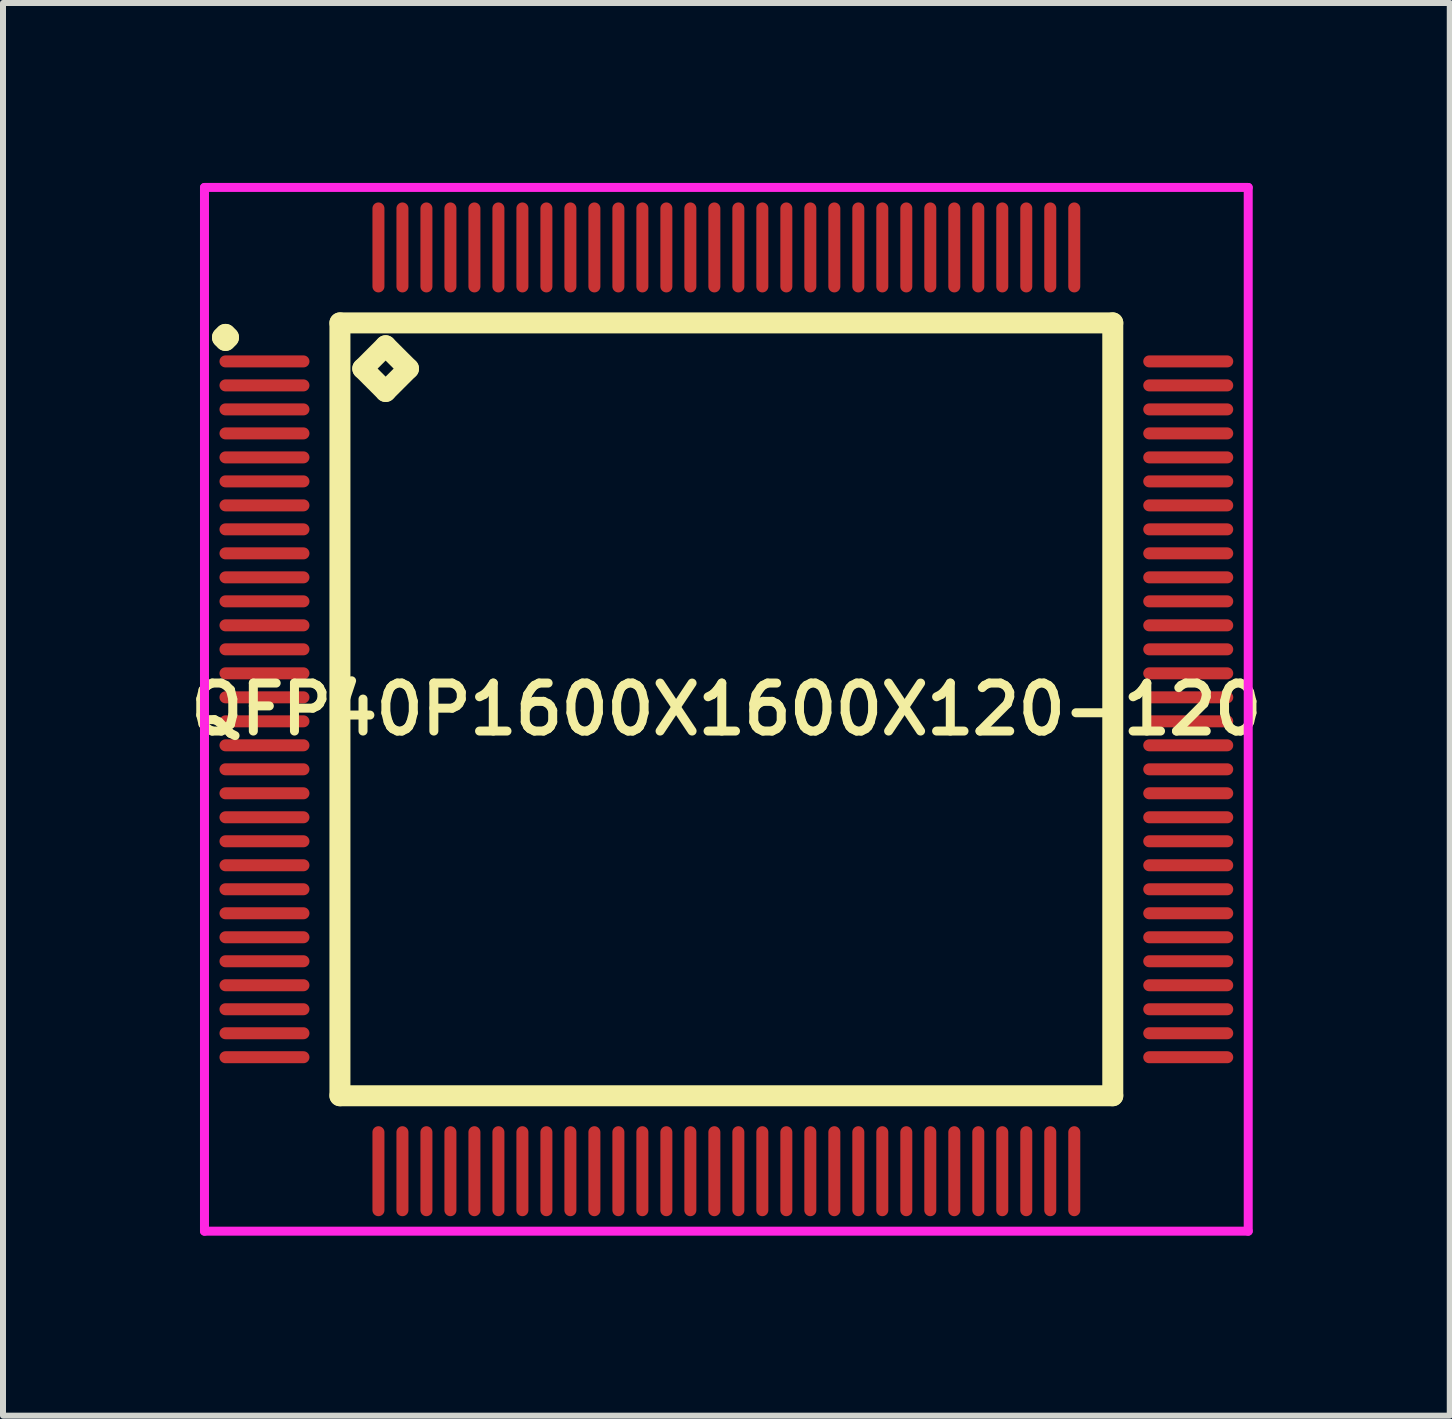
<source format=kicad_pcb>
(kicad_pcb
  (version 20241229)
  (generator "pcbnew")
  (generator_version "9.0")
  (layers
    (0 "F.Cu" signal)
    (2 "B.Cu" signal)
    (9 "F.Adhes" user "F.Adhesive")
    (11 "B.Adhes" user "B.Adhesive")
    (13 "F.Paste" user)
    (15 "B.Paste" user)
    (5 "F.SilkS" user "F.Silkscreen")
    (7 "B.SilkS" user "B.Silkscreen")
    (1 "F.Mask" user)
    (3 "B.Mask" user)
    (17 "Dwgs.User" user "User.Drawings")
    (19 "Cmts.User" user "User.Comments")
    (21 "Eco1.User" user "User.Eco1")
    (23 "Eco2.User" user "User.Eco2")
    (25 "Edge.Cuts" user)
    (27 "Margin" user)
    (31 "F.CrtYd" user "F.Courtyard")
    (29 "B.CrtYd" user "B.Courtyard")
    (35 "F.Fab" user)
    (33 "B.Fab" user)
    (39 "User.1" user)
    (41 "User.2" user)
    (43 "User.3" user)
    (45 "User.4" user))
  (footprint "QFP40P1600X1600X120-120"
    (layer "F.Cu")
    (at 9.059 8.775)
    (property "Reference" "QFP40P1600X1600X120-120" (at 0 0 0) (layer "F.SilkS") (effects (font (size 0.8 0.8) (thickness 0.15))))
    (attr smd)
    (fp_line (start -8.4 -6.2) (end -8.35 -6.25) (stroke (width 0.35) (type solid)) (layer "F.SilkS"))
    (fp_line (start -8.35 -6.25) (end -8.3 -6.2) (stroke (width 0.35) (type solid)) (layer "F.SilkS"))
    (fp_line (start -8.35 -6.15) (end -8.4 -6.2) (stroke (width 0.35) (type solid)) (layer "F.SilkS"))
    (fp_line (start -8.3 -6.2) (end -8.35 -6.15) (stroke (width 0.35) (type solid)) (layer "F.SilkS"))
    (fp_line (start -6.442 -6.442) (end -6.442 6.442) (stroke (width 0.35) (type solid)) (layer "F.SilkS"))
    (fp_line (start -6.442 6.442) (end 6.442 6.442) (stroke (width 0.35) (type solid)) (layer "F.SilkS"))
    (fp_line (start -6.061 -5.68) (end -5.68 -6.061) (stroke (width 0.35) (type solid)) (layer "F.SilkS"))
    (fp_line (start -5.68 -6.061) (end -5.299 -5.68) (stroke (width 0.35) (type solid)) (layer "F.SilkS"))
    (fp_line (start -5.68 -5.299) (end -6.061 -5.68) (stroke (width 0.35) (type solid)) (layer "F.SilkS"))
    (fp_line (start -5.299 -5.68) (end -5.68 -5.299) (stroke (width 0.35) (type solid)) (layer "F.SilkS"))
    (fp_line (start 6.442 -6.442) (end -6.442 -6.442) (stroke (width 0.35) (type solid)) (layer "F.SilkS"))
    (fp_line (start 6.442 6.442) (end 6.442 -6.442) (stroke (width 0.35) (type solid)) (layer "F.SilkS"))
    (fp_line (start -8.7 -8.7) (end 8.7 -8.7) (stroke (width 0.15) (type solid)) (layer "F.CrtYd"))
    (fp_line (start -8.7 8.7) (end -8.7 -8.7) (stroke (width 0.15) (type solid)) (layer "F.CrtYd"))
    (fp_line (start 8.7 -8.7) (end 8.7 8.7) (stroke (width 0.15) (type solid)) (layer "F.CrtYd"))
    (fp_line (start 8.7 8.7) (end -8.7 8.7) (stroke (width 0.15) (type solid)) (layer "F.CrtYd"))
    (pad "1" smd oval (at -7.7 -5.8) (size 1.5 0.2) (layers "F.Cu" "F.Mask" "F.Paste"))
    (pad "2" smd oval (at -7.7 -5.4) (size 1.5 0.2) (layers "F.Cu" "F.Mask" "F.Paste"))
    (pad "3" smd oval (at -7.7 -5) (size 1.5 0.2) (layers "F.Cu" "F.Mask" "F.Paste"))
    (pad "4" smd oval (at -7.7 -4.6) (size 1.5 0.2) (layers "F.Cu" "F.Mask" "F.Paste"))
    (pad "5" smd oval (at -7.7 -4.2) (size 1.5 0.2) (layers "F.Cu" "F.Mask" "F.Paste"))
    (pad "6" smd oval (at -7.7 -3.8) (size 1.5 0.2) (layers "F.Cu" "F.Mask" "F.Paste"))
    (pad "7" smd oval (at -7.7 -3.4) (size 1.5 0.2) (layers "F.Cu" "F.Mask" "F.Paste"))
    (pad "8" smd oval (at -7.7 -3) (size 1.5 0.2) (layers "F.Cu" "F.Mask" "F.Paste"))
    (pad "9" smd oval (at -7.7 -2.6) (size 1.5 0.2) (layers "F.Cu" "F.Mask" "F.Paste"))
    (pad "10" smd oval (at -7.7 -2.2) (size 1.5 0.2) (layers "F.Cu" "F.Mask" "F.Paste"))
    (pad "11" smd oval (at -7.7 -1.8) (size 1.5 0.2) (layers "F.Cu" "F.Mask" "F.Paste"))
    (pad "12" smd oval (at -7.7 -1.4) (size 1.5 0.2) (layers "F.Cu" "F.Mask" "F.Paste"))
    (pad "13" smd oval (at -7.7 -1) (size 1.5 0.2) (layers "F.Cu" "F.Mask" "F.Paste"))
    (pad "14" smd oval (at -7.7 -0.6) (size 1.5 0.2) (layers "F.Cu" "F.Mask" "F.Paste"))
    (pad "15" smd oval (at -7.7 -0.2) (size 1.5 0.2) (layers "F.Cu" "F.Mask" "F.Paste"))
    (pad "16" smd oval (at -7.7 0.2) (size 1.5 0.2) (layers "F.Cu" "F.Mask" "F.Paste"))
    (pad "17" smd oval (at -7.7 0.6) (size 1.5 0.2) (layers "F.Cu" "F.Mask" "F.Paste"))
    (pad "18" smd oval (at -7.7 1) (size 1.5 0.2) (layers "F.Cu" "F.Mask" "F.Paste"))
    (pad "19" smd oval (at -7.7 1.4) (size 1.5 0.2) (layers "F.Cu" "F.Mask" "F.Paste"))
    (pad "20" smd oval (at -7.7 1.8) (size 1.5 0.2) (layers "F.Cu" "F.Mask" "F.Paste"))
    (pad "21" smd oval (at -7.7 2.2) (size 1.5 0.2) (layers "F.Cu" "F.Mask" "F.Paste"))
    (pad "22" smd oval (at -7.7 2.6) (size 1.5 0.2) (layers "F.Cu" "F.Mask" "F.Paste"))
    (pad "23" smd oval (at -7.7 3) (size 1.5 0.2) (layers "F.Cu" "F.Mask" "F.Paste"))
    (pad "24" smd oval (at -7.7 3.4) (size 1.5 0.2) (layers "F.Cu" "F.Mask" "F.Paste"))
    (pad "25" smd oval (at -7.7 3.8) (size 1.5 0.2) (layers "F.Cu" "F.Mask" "F.Paste"))
    (pad "26" smd oval (at -7.7 4.2) (size 1.5 0.2) (layers "F.Cu" "F.Mask" "F.Paste"))
    (pad "27" smd oval (at -7.7 4.6) (size 1.5 0.2) (layers "F.Cu" "F.Mask" "F.Paste"))
    (pad "28" smd oval (at -7.7 5) (size 1.5 0.2) (layers "F.Cu" "F.Mask" "F.Paste"))
    (pad "29" smd oval (at -7.7 5.4) (size 1.5 0.2) (layers "F.Cu" "F.Mask" "F.Paste"))
    (pad "30" smd oval (at -7.7 5.8) (size 1.5 0.2) (layers "F.Cu" "F.Mask" "F.Paste"))
    (pad "31" smd oval (at -5.8 7.7) (size 0.2 1.5) (layers "F.Cu" "F.Mask" "F.Paste"))
    (pad "32" smd oval (at -5.4 7.7) (size 0.2 1.5) (layers "F.Cu" "F.Mask" "F.Paste"))
    (pad "33" smd oval (at -5 7.7) (size 0.2 1.5) (layers "F.Cu" "F.Mask" "F.Paste"))
    (pad "34" smd oval (at -4.6 7.7) (size 0.2 1.5) (layers "F.Cu" "F.Mask" "F.Paste"))
    (pad "35" smd oval (at -4.2 7.7) (size 0.2 1.5) (layers "F.Cu" "F.Mask" "F.Paste"))
    (pad "36" smd oval (at -3.8 7.7) (size 0.2 1.5) (layers "F.Cu" "F.Mask" "F.Paste"))
    (pad "37" smd oval (at -3.4 7.7) (size 0.2 1.5) (layers "F.Cu" "F.Mask" "F.Paste"))
    (pad "38" smd oval (at -3 7.7) (size 0.2 1.5) (layers "F.Cu" "F.Mask" "F.Paste"))
    (pad "39" smd oval (at -2.6 7.7) (size 0.2 1.5) (layers "F.Cu" "F.Mask" "F.Paste"))
    (pad "40" smd oval (at -2.2 7.7) (size 0.2 1.5) (layers "F.Cu" "F.Mask" "F.Paste"))
    (pad "41" smd oval (at -1.8 7.7) (size 0.2 1.5) (layers "F.Cu" "F.Mask" "F.Paste"))
    (pad "42" smd oval (at -1.4 7.7) (size 0.2 1.5) (layers "F.Cu" "F.Mask" "F.Paste"))
    (pad "43" smd oval (at -1 7.7) (size 0.2 1.5) (layers "F.Cu" "F.Mask" "F.Paste"))
    (pad "44" smd oval (at -0.6 7.7) (size 0.2 1.5) (layers "F.Cu" "F.Mask" "F.Paste"))
    (pad "45" smd oval (at -0.2 7.7) (size 0.2 1.5) (layers "F.Cu" "F.Mask" "F.Paste"))
    (pad "46" smd oval (at 0.2 7.7) (size 0.2 1.5) (layers "F.Cu" "F.Mask" "F.Paste"))
    (pad "47" smd oval (at 0.6 7.7) (size 0.2 1.5) (layers "F.Cu" "F.Mask" "F.Paste"))
    (pad "48" smd oval (at 1 7.7) (size 0.2 1.5) (layers "F.Cu" "F.Mask" "F.Paste"))
    (pad "49" smd oval (at 1.4 7.7) (size 0.2 1.5) (layers "F.Cu" "F.Mask" "F.Paste"))
    (pad "50" smd oval (at 1.8 7.7) (size 0.2 1.5) (layers "F.Cu" "F.Mask" "F.Paste"))
    (pad "51" smd oval (at 2.2 7.7) (size 0.2 1.5) (layers "F.Cu" "F.Mask" "F.Paste"))
    (pad "52" smd oval (at 2.6 7.7) (size 0.2 1.5) (layers "F.Cu" "F.Mask" "F.Paste"))
    (pad "53" smd oval (at 3 7.7) (size 0.2 1.5) (layers "F.Cu" "F.Mask" "F.Paste"))
    (pad "54" smd oval (at 3.4 7.7) (size 0.2 1.5) (layers "F.Cu" "F.Mask" "F.Paste"))
    (pad "55" smd oval (at 3.8 7.7) (size 0.2 1.5) (layers "F.Cu" "F.Mask" "F.Paste"))
    (pad "56" smd oval (at 4.2 7.7) (size 0.2 1.5) (layers "F.Cu" "F.Mask" "F.Paste"))
    (pad "57" smd oval (at 4.6 7.7) (size 0.2 1.5) (layers "F.Cu" "F.Mask" "F.Paste"))
    (pad "58" smd oval (at 5 7.7) (size 0.2 1.5) (layers "F.Cu" "F.Mask" "F.Paste"))
    (pad "59" smd oval (at 5.4 7.7) (size 0.2 1.5) (layers "F.Cu" "F.Mask" "F.Paste"))
    (pad "60" smd oval (at 5.8 7.7) (size 0.2 1.5) (layers "F.Cu" "F.Mask" "F.Paste"))
    (pad "61" smd oval (at 7.7 5.8) (size 1.5 0.2) (layers "F.Cu" "F.Mask" "F.Paste"))
    (pad "62" smd oval (at 7.7 5.4) (size 1.5 0.2) (layers "F.Cu" "F.Mask" "F.Paste"))
    (pad "63" smd oval (at 7.7 5) (size 1.5 0.2) (layers "F.Cu" "F.Mask" "F.Paste"))
    (pad "64" smd oval (at 7.7 4.6) (size 1.5 0.2) (layers "F.Cu" "F.Mask" "F.Paste"))
    (pad "65" smd oval (at 7.7 4.2) (size 1.5 0.2) (layers "F.Cu" "F.Mask" "F.Paste"))
    (pad "66" smd oval (at 7.7 3.8) (size 1.5 0.2) (layers "F.Cu" "F.Mask" "F.Paste"))
    (pad "67" smd oval (at 7.7 3.4) (size 1.5 0.2) (layers "F.Cu" "F.Mask" "F.Paste"))
    (pad "68" smd oval (at 7.7 3) (size 1.5 0.2) (layers "F.Cu" "F.Mask" "F.Paste"))
    (pad "69" smd oval (at 7.7 2.6) (size 1.5 0.2) (layers "F.Cu" "F.Mask" "F.Paste"))
    (pad "70" smd oval (at 7.7 2.2) (size 1.5 0.2) (layers "F.Cu" "F.Mask" "F.Paste"))
    (pad "71" smd oval (at 7.7 1.8) (size 1.5 0.2) (layers "F.Cu" "F.Mask" "F.Paste"))
    (pad "72" smd oval (at 7.7 1.4) (size 1.5 0.2) (layers "F.Cu" "F.Mask" "F.Paste"))
    (pad "73" smd oval (at 7.7 1) (size 1.5 0.2) (layers "F.Cu" "F.Mask" "F.Paste"))
    (pad "74" smd oval (at 7.7 0.6) (size 1.5 0.2) (layers "F.Cu" "F.Mask" "F.Paste"))
    (pad "75" smd oval (at 7.7 0.2) (size 1.5 0.2) (layers "F.Cu" "F.Mask" "F.Paste"))
    (pad "76" smd oval (at 7.7 -0.2) (size 1.5 0.2) (layers "F.Cu" "F.Mask" "F.Paste"))
    (pad "77" smd oval (at 7.7 -0.6) (size 1.5 0.2) (layers "F.Cu" "F.Mask" "F.Paste"))
    (pad "78" smd oval (at 7.7 -1) (size 1.5 0.2) (layers "F.Cu" "F.Mask" "F.Paste"))
    (pad "79" smd oval (at 7.7 -1.4) (size 1.5 0.2) (layers "F.Cu" "F.Mask" "F.Paste"))
    (pad "80" smd oval (at 7.7 -1.8) (size 1.5 0.2) (layers "F.Cu" "F.Mask" "F.Paste"))
    (pad "81" smd oval (at 7.7 -2.2) (size 1.5 0.2) (layers "F.Cu" "F.Mask" "F.Paste"))
    (pad "82" smd oval (at 7.7 -2.6) (size 1.5 0.2) (layers "F.Cu" "F.Mask" "F.Paste"))
    (pad "83" smd oval (at 7.7 -3) (size 1.5 0.2) (layers "F.Cu" "F.Mask" "F.Paste"))
    (pad "84" smd oval (at 7.7 -3.4) (size 1.5 0.2) (layers "F.Cu" "F.Mask" "F.Paste"))
    (pad "85" smd oval (at 7.7 -3.8) (size 1.5 0.2) (layers "F.Cu" "F.Mask" "F.Paste"))
    (pad "86" smd oval (at 7.7 -4.2) (size 1.5 0.2) (layers "F.Cu" "F.Mask" "F.Paste"))
    (pad "87" smd oval (at 7.7 -4.6) (size 1.5 0.2) (layers "F.Cu" "F.Mask" "F.Paste"))
    (pad "88" smd oval (at 7.7 -5) (size 1.5 0.2) (layers "F.Cu" "F.Mask" "F.Paste"))
    (pad "89" smd oval (at 7.7 -5.4) (size 1.5 0.2) (layers "F.Cu" "F.Mask" "F.Paste"))
    (pad "90" smd oval (at 7.7 -5.8) (size 1.5 0.2) (layers "F.Cu" "F.Mask" "F.Paste"))
    (pad "91" smd oval (at 5.8 -7.7) (size 0.2 1.5) (layers "F.Cu" "F.Mask" "F.Paste"))
    (pad "92" smd oval (at 5.4 -7.7) (size 0.2 1.5) (layers "F.Cu" "F.Mask" "F.Paste"))
    (pad "93" smd oval (at 5 -7.7) (size 0.2 1.5) (layers "F.Cu" "F.Mask" "F.Paste"))
    (pad "94" smd oval (at 4.6 -7.7) (size 0.2 1.5) (layers "F.Cu" "F.Mask" "F.Paste"))
    (pad "95" smd oval (at 4.2 -7.7) (size 0.2 1.5) (layers "F.Cu" "F.Mask" "F.Paste"))
    (pad "96" smd oval (at 3.8 -7.7) (size 0.2 1.5) (layers "F.Cu" "F.Mask" "F.Paste"))
    (pad "97" smd oval (at 3.4 -7.7) (size 0.2 1.5) (layers "F.Cu" "F.Mask" "F.Paste"))
    (pad "98" smd oval (at 3 -7.7) (size 0.2 1.5) (layers "F.Cu" "F.Mask" "F.Paste"))
    (pad "99" smd oval (at 2.6 -7.7) (size 0.2 1.5) (layers "F.Cu" "F.Mask" "F.Paste"))
    (pad "100" smd oval (at 2.2 -7.7) (size 0.2 1.5) (layers "F.Cu" "F.Mask" "F.Paste"))
    (pad "101" smd oval (at 1.8 -7.7) (size 0.2 1.5) (layers "F.Cu" "F.Mask" "F.Paste"))
    (pad "102" smd oval (at 1.4 -7.7) (size 0.2 1.5) (layers "F.Cu" "F.Mask" "F.Paste"))
    (pad "103" smd oval (at 1 -7.7) (size 0.2 1.5) (layers "F.Cu" "F.Mask" "F.Paste"))
    (pad "104" smd oval (at 0.6 -7.7) (size 0.2 1.5) (layers "F.Cu" "F.Mask" "F.Paste"))
    (pad "105" smd oval (at 0.2 -7.7) (size 0.2 1.5) (layers "F.Cu" "F.Mask" "F.Paste"))
    (pad "106" smd oval (at -0.2 -7.7) (size 0.2 1.5) (layers "F.Cu" "F.Mask" "F.Paste"))
    (pad "107" smd oval (at -0.6 -7.7) (size 0.2 1.5) (layers "F.Cu" "F.Mask" "F.Paste"))
    (pad "108" smd oval (at -1 -7.7) (size 0.2 1.5) (layers "F.Cu" "F.Mask" "F.Paste"))
    (pad "109" smd oval (at -1.4 -7.7) (size 0.2 1.5) (layers "F.Cu" "F.Mask" "F.Paste"))
    (pad "110" smd oval (at -1.8 -7.7) (size 0.2 1.5) (layers "F.Cu" "F.Mask" "F.Paste"))
    (pad "111" smd oval (at -2.2 -7.7) (size 0.2 1.5) (layers "F.Cu" "F.Mask" "F.Paste"))
    (pad "112" smd oval (at -2.6 -7.7) (size 0.2 1.5) (layers "F.Cu" "F.Mask" "F.Paste"))
    (pad "113" smd oval (at -3 -7.7) (size 0.2 1.5) (layers "F.Cu" "F.Mask" "F.Paste"))
    (pad "114" smd oval (at -3.4 -7.7) (size 0.2 1.5) (layers "F.Cu" "F.Mask" "F.Paste"))
    (pad "115" smd oval (at -3.8 -7.7) (size 0.2 1.5) (layers "F.Cu" "F.Mask" "F.Paste"))
    (pad "116" smd oval (at -4.2 -7.7) (size 0.2 1.5) (layers "F.Cu" "F.Mask" "F.Paste"))
    (pad "117" smd oval (at -4.6 -7.7) (size 0.2 1.5) (layers "F.Cu" "F.Mask" "F.Paste"))
    (pad "118" smd oval (at -5 -7.7) (size 0.2 1.5) (layers "F.Cu" "F.Mask" "F.Paste"))
    (pad "119" smd oval (at -5.4 -7.7) (size 0.2 1.5) (layers "F.Cu" "F.Mask" "F.Paste"))
    (pad "120" smd oval (at -5.8 -7.7) (size 0.2 1.5) (layers "F.Cu" "F.Mask" "F.Paste")))
  (gr_rect
    (start -3 -3)
    (end 21.119 20.55)
    (stroke (width 0.1) (type default))
    (fill no)
    (layer "Edge.Cuts")))
</source>
